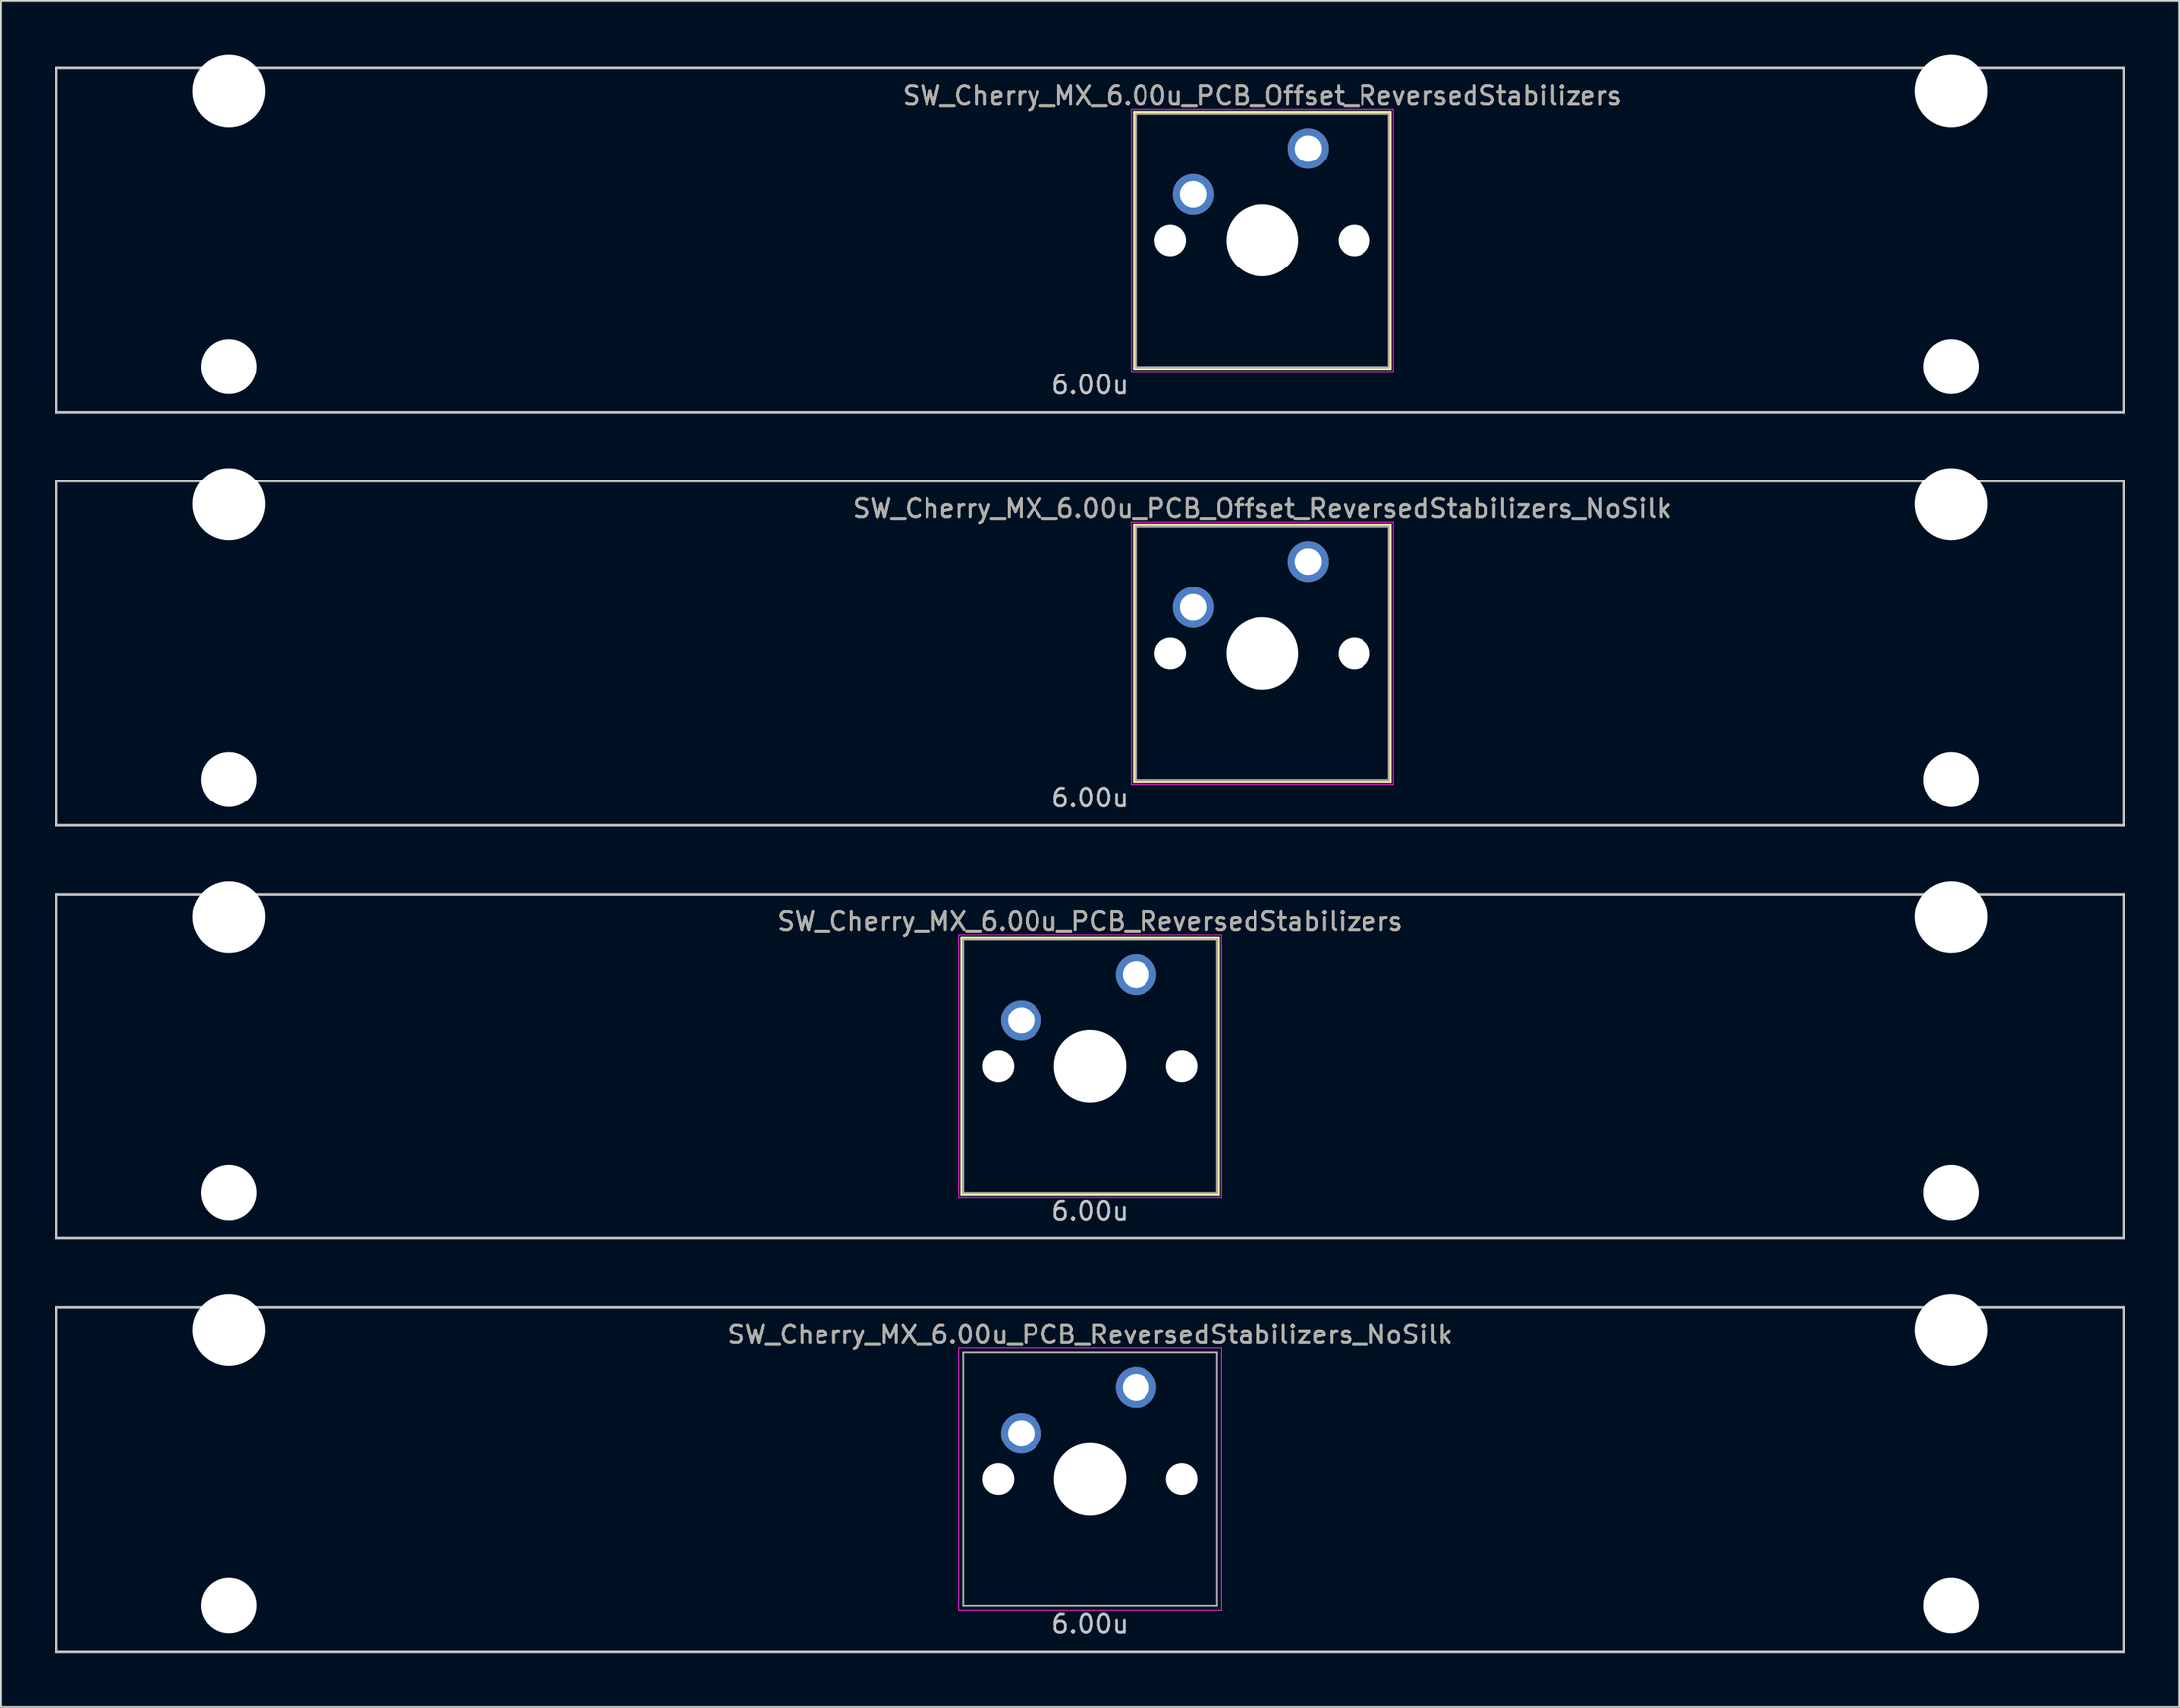
<source format=kicad_pcb>
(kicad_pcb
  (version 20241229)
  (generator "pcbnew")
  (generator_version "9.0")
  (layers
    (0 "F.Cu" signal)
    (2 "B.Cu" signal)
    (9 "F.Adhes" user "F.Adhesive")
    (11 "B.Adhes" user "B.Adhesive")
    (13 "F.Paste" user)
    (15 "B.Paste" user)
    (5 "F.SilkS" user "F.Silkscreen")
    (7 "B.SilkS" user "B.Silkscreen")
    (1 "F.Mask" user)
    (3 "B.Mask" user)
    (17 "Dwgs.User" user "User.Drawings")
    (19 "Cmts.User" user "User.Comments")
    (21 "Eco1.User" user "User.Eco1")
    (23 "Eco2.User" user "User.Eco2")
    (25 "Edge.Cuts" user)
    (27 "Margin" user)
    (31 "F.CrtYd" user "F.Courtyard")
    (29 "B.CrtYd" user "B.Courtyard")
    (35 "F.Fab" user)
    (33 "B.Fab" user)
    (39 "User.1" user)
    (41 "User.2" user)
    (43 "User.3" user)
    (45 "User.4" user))
  (footprint "SW_Cherry_MX_6.00u_PCB_ReversedStabilizers_NoSilk"
    (layer "F.Cu")
    (at 57.225 78.796)
    (property "Reference" "SW_Cherry_MX_6.00u_PCB_ReversedStabilizers_NoSilk" (at 0 -8 0) (layer "F.SilkS") (effects (font (size 1 1) (thickness 0.15))))
    (attr through_hole)
    (fp_line (start -57.15 -9.525) (end 57.15 -9.525) (stroke (width 0.15) (type solid)) (layer "Dwgs.User"))
    (fp_line (start -57.15 9.525) (end -57.15 -9.525) (stroke (width 0.15) (type solid)) (layer "Dwgs.User"))
    (fp_line (start -57.15 9.525) (end 57.15 9.525) (stroke (width 0.15) (type solid)) (layer "Dwgs.User"))
    (fp_line (start 57.15 -9.525) (end 57.15 9.525) (stroke (width 0.15) (type solid)) (layer "Dwgs.User"))
    (fp_line (start -7.25 -7.25) (end 7.25 -7.25) (stroke (width 0.05) (type solid)) (layer "F.CrtYd"))
    (fp_line (start -7.25 7.25) (end -7.25 -7.25) (stroke (width 0.05) (type solid)) (layer "F.CrtYd"))
    (fp_line (start 7.25 -7.25) (end 7.25 7.25) (stroke (width 0.05) (type solid)) (layer "F.CrtYd"))
    (fp_line (start 7.25 7.25) (end -7.25 7.25) (stroke (width 0.05) (type solid)) (layer "F.CrtYd"))
    (fp_line (start -7 -7) (end 7 -7) (stroke (width 0.1) (type solid)) (layer "F.Fab"))
    (fp_line (start -7 7) (end -7 -7) (stroke (width 0.1) (type solid)) (layer "F.Fab"))
    (fp_line (start 7 -7) (end 7 7) (stroke (width 0.1) (type solid)) (layer "F.Fab"))
    (fp_line (start 7 7) (end -7 7) (stroke (width 0.1) (type solid)) (layer "F.Fab"))
    (fp_text user "6.00u" (at 0 8 0) (layer "Dwgs.User") (effects (font (size 1 1) (thickness 0.15))))
    (fp_text user "${REFERENCE}" (at 0 -8 0) (layer "F.Fab") (effects (font (size 1 1) (thickness 0.15))))
    (pad "" np_thru_hole circle (at -47.625 -8.255) (size 3.988 3.988) (drill 3.988) (layers "*.Cu" "*.Mask"))
    (pad "" np_thru_hole circle (at -47.625 6.985) (size 3.048 3.048) (drill 3.048) (layers "*.Cu" "*.Mask"))
    (pad "" np_thru_hole circle (at -5.08 0 48.1) (size 1.75 1.75) (drill 1.75) (layers "*.Cu" "*.Mask"))
    (pad "" np_thru_hole circle (at 0 0) (size 3.988 3.988) (drill 3.988) (layers "*.Cu" "*.Mask"))
    (pad "" np_thru_hole circle (at 5.08 0 48.1) (size 1.75 1.75) (drill 1.75) (layers "*.Cu" "*.Mask"))
    (pad "" np_thru_hole circle (at 47.625 -8.255) (size 3.988 3.988) (drill 3.988) (layers "*.Cu" "*.Mask"))
    (pad "" np_thru_hole circle (at 47.625 6.985) (size 3.048 3.048) (drill 3.048) (layers "*.Cu" "*.Mask"))
    (pad "1" thru_hole circle (at -3.81 -2.54) (size 2.25 2.25) (drill 1.47) (layers "*.Cu" "B.Mask"))
    (pad "2" thru_hole circle (at 2.54 -5.08) (size 2.25 2.25) (drill 1.47) (layers "*.Cu" "B.Mask")))
  (footprint "SW_Cherry_MX_6.00u_PCB_Offset_ReversedStabilizers_NoSilk"
    (layer "F.Cu")
    (at 57.225 33.098)
    (property "Reference" "SW_Cherry_MX_6.00u_PCB_Offset_ReversedStabilizers_NoSilk" (at 9.525 -8 0) (layer "F.SilkS") (effects (font (size 1 1) (thickness 0.15))))
    (attr through_hole)
    (fp_line (start 2.425 -7.1) (end 16.625 -7.1) (stroke (width 0.12) (type solid)) (layer "F.SilkS"))
    (fp_line (start 2.425 7.1) (end 2.425 -7.1) (stroke (width 0.12) (type solid)) (layer "F.SilkS"))
    (fp_line (start 16.625 -7.1) (end 16.625 7.1) (stroke (width 0.12) (type solid)) (layer "F.SilkS"))
    (fp_line (start 16.625 7.1) (end 2.425 7.1) (stroke (width 0.12) (type solid)) (layer "F.SilkS"))
    (fp_line (start -57.15 -9.525) (end 57.15 -9.525) (stroke (width 0.15) (type solid)) (layer "Dwgs.User"))
    (fp_line (start -57.15 9.525) (end -57.15 -9.525) (stroke (width 0.15) (type solid)) (layer "Dwgs.User"))
    (fp_line (start -57.15 9.525) (end 57.15 9.525) (stroke (width 0.15) (type solid)) (layer "Dwgs.User"))
    (fp_line (start 57.15 -9.525) (end 57.15 9.525) (stroke (width 0.15) (type solid)) (layer "Dwgs.User"))
    (fp_line (start 2.275 -7.25) (end 16.775 -7.25) (stroke (width 0.05) (type solid)) (layer "F.CrtYd"))
    (fp_line (start 2.275 7.25) (end 2.275 -7.25) (stroke (width 0.05) (type solid)) (layer "F.CrtYd"))
    (fp_line (start 16.775 -7.25) (end 16.775 7.25) (stroke (width 0.05) (type solid)) (layer "F.CrtYd"))
    (fp_line (start 16.775 7.25) (end 2.275 7.25) (stroke (width 0.05) (type solid)) (layer "F.CrtYd"))
    (fp_line (start 2.525 -7) (end 16.525 -7) (stroke (width 0.1) (type solid)) (layer "F.Fab"))
    (fp_line (start 2.525 7) (end 2.525 -7) (stroke (width 0.1) (type solid)) (layer "F.Fab"))
    (fp_line (start 16.525 -7) (end 16.525 7) (stroke (width 0.1) (type solid)) (layer "F.Fab"))
    (fp_line (start 16.525 7) (end 2.525 7) (stroke (width 0.1) (type solid)) (layer "F.Fab"))
    (fp_text user "6.00u" (at 0 8 0) (layer "Dwgs.User") (effects (font (size 1 1) (thickness 0.15))))
    (fp_text user "${REFERENCE}" (at 9.525 -8 0) (layer "F.Fab") (effects (font (size 1 1) (thickness 0.15))))
    (pad "" np_thru_hole circle (at -47.625 -8.255) (size 3.988 3.988) (drill 3.988) (layers "*.Cu" "*.Mask"))
    (pad "" np_thru_hole circle (at -47.625 6.985) (size 3.048 3.048) (drill 3.048) (layers "*.Cu" "*.Mask"))
    (pad "" np_thru_hole circle (at 4.445 0 48.1) (size 1.75 1.75) (drill 1.75) (layers "*.Cu" "*.Mask"))
    (pad "" np_thru_hole circle (at 9.525 0) (size 3.988 3.988) (drill 3.988) (layers "*.Cu" "*.Mask"))
    (pad "" np_thru_hole circle (at 14.605 0 48.1) (size 1.75 1.75) (drill 1.75) (layers "*.Cu" "*.Mask"))
    (pad "" np_thru_hole circle (at 47.625 -8.255) (size 3.988 3.988) (drill 3.988) (layers "*.Cu" "*.Mask"))
    (pad "" np_thru_hole circle (at 47.625 6.985) (size 3.048 3.048) (drill 3.048) (layers "*.Cu" "*.Mask"))
    (pad "1" thru_hole circle (at 5.715 -2.54) (size 2.25 2.25) (drill 1.47) (layers "*.Cu" "B.Mask"))
    (pad "2" thru_hole circle (at 12.065 -5.08) (size 2.25 2.25) (drill 1.47) (layers "*.Cu" "B.Mask")))
  (footprint "SW_Cherry_MX_6.00u_PCB_Offset_ReversedStabilizers"
    (layer "F.Cu")
    (at 57.225 10.249)
    (property "Reference" "SW_Cherry_MX_6.00u_PCB_Offset_ReversedStabilizers" (at 9.525 -8 0) (layer "F.SilkS") (effects (font (size 1 1) (thickness 0.15))))
    (attr through_hole)
    (fp_line (start 2.425 -7.1) (end 16.625 -7.1) (stroke (width 0.12) (type solid)) (layer "F.SilkS"))
    (fp_line (start 2.425 7.1) (end 2.425 -7.1) (stroke (width 0.12) (type solid)) (layer "F.SilkS"))
    (fp_line (start 16.625 -7.1) (end 16.625 7.1) (stroke (width 0.12) (type solid)) (layer "F.SilkS"))
    (fp_line (start 16.625 7.1) (end 2.425 7.1) (stroke (width 0.12) (type solid)) (layer "F.SilkS"))
    (fp_line (start -57.15 -9.525) (end 57.15 -9.525) (stroke (width 0.15) (type solid)) (layer "Dwgs.User"))
    (fp_line (start -57.15 9.525) (end -57.15 -9.525) (stroke (width 0.15) (type solid)) (layer "Dwgs.User"))
    (fp_line (start -57.15 9.525) (end 57.15 9.525) (stroke (width 0.15) (type solid)) (layer "Dwgs.User"))
    (fp_line (start 57.15 -9.525) (end 57.15 9.525) (stroke (width 0.15) (type solid)) (layer "Dwgs.User"))
    (fp_line (start 2.275 -7.25) (end 16.775 -7.25) (stroke (width 0.05) (type solid)) (layer "F.CrtYd"))
    (fp_line (start 2.275 7.25) (end 2.275 -7.25) (stroke (width 0.05) (type solid)) (layer "F.CrtYd"))
    (fp_line (start 16.775 -7.25) (end 16.775 7.25) (stroke (width 0.05) (type solid)) (layer "F.CrtYd"))
    (fp_line (start 16.775 7.25) (end 2.275 7.25) (stroke (width 0.05) (type solid)) (layer "F.CrtYd"))
    (fp_line (start 2.525 -7) (end 16.525 -7) (stroke (width 0.1) (type solid)) (layer "F.Fab"))
    (fp_line (start 2.525 7) (end 2.525 -7) (stroke (width 0.1) (type solid)) (layer "F.Fab"))
    (fp_line (start 16.525 -7) (end 16.525 7) (stroke (width 0.1) (type solid)) (layer "F.Fab"))
    (fp_line (start 16.525 7) (end 2.525 7) (stroke (width 0.1) (type solid)) (layer "F.Fab"))
    (fp_text user "6.00u" (at 0 8 0) (layer "Dwgs.User") (effects (font (size 1 1) (thickness 0.15))))
    (fp_text user "${REFERENCE}" (at 9.525 -8 0) (layer "F.Fab") (effects (font (size 1 1) (thickness 0.15))))
    (pad "" np_thru_hole circle (at -47.625 -8.255) (size 3.988 3.988) (drill 3.988) (layers "*.Cu" "*.Mask"))
    (pad "" np_thru_hole circle (at -47.625 6.985) (size 3.048 3.048) (drill 3.048) (layers "*.Cu" "*.Mask"))
    (pad "" np_thru_hole circle (at 4.445 0 48.1) (size 1.75 1.75) (drill 1.75) (layers "*.Cu" "*.Mask"))
    (pad "" np_thru_hole circle (at 9.525 0) (size 3.988 3.988) (drill 3.988) (layers "*.Cu" "*.Mask"))
    (pad "" np_thru_hole circle (at 14.605 0 48.1) (size 1.75 1.75) (drill 1.75) (layers "*.Cu" "*.Mask"))
    (pad "" np_thru_hole circle (at 47.625 -8.255) (size 3.988 3.988) (drill 3.988) (layers "*.Cu" "*.Mask"))
    (pad "" np_thru_hole circle (at 47.625 6.985) (size 3.048 3.048) (drill 3.048) (layers "*.Cu" "*.Mask"))
    (pad "1" thru_hole circle (at 5.715 -2.54) (size 2.25 2.25) (drill 1.47) (layers "*.Cu" "B.Mask"))
    (pad "2" thru_hole circle (at 12.065 -5.08) (size 2.25 2.25) (drill 1.47) (layers "*.Cu" "B.Mask")))
  (footprint "SW_Cherry_MX_6.00u_PCB_ReversedStabilizers"
    (layer "F.Cu")
    (at 57.225 55.947)
    (property "Reference" "SW_Cherry_MX_6.00u_PCB_ReversedStabilizers" (at 0 -8 0) (layer "F.SilkS") (effects (font (size 1 1) (thickness 0.15))))
    (attr through_hole)
    (fp_line (start -7.1 -7.1) (end 7.1 -7.1) (stroke (width 0.12) (type solid)) (layer "F.SilkS"))
    (fp_line (start -7.1 7.1) (end -7.1 -7.1) (stroke (width 0.12) (type solid)) (layer "F.SilkS"))
    (fp_line (start 7.1 -7.1) (end 7.1 7.1) (stroke (width 0.12) (type solid)) (layer "F.SilkS"))
    (fp_line (start 7.1 7.1) (end -7.1 7.1) (stroke (width 0.12) (type solid)) (layer "F.SilkS"))
    (fp_line (start -57.15 -9.525) (end 57.15 -9.525) (stroke (width 0.15) (type solid)) (layer "Dwgs.User"))
    (fp_line (start -57.15 9.525) (end -57.15 -9.525) (stroke (width 0.15) (type solid)) (layer "Dwgs.User"))
    (fp_line (start -57.15 9.525) (end 57.15 9.525) (stroke (width 0.15) (type solid)) (layer "Dwgs.User"))
    (fp_line (start 57.15 -9.525) (end 57.15 9.525) (stroke (width 0.15) (type solid)) (layer "Dwgs.User"))
    (fp_line (start -7.25 -7.25) (end 7.25 -7.25) (stroke (width 0.05) (type solid)) (layer "F.CrtYd"))
    (fp_line (start -7.25 7.25) (end -7.25 -7.25) (stroke (width 0.05) (type solid)) (layer "F.CrtYd"))
    (fp_line (start 7.25 -7.25) (end 7.25 7.25) (stroke (width 0.05) (type solid)) (layer "F.CrtYd"))
    (fp_line (start 7.25 7.25) (end -7.25 7.25) (stroke (width 0.05) (type solid)) (layer "F.CrtYd"))
    (fp_line (start -7 -7) (end 7 -7) (stroke (width 0.1) (type solid)) (layer "F.Fab"))
    (fp_line (start -7 7) (end -7 -7) (stroke (width 0.1) (type solid)) (layer "F.Fab"))
    (fp_line (start 7 -7) (end 7 7) (stroke (width 0.1) (type solid)) (layer "F.Fab"))
    (fp_line (start 7 7) (end -7 7) (stroke (width 0.1) (type solid)) (layer "F.Fab"))
    (fp_text user "6.00u" (at 0 8 0) (layer "Dwgs.User") (effects (font (size 1 1) (thickness 0.15))))
    (fp_text user "${REFERENCE}" (at 0 -8 0) (layer "F.Fab") (effects (font (size 1 1) (thickness 0.15))))
    (pad "" np_thru_hole circle (at -47.625 -8.255) (size 3.988 3.988) (drill 3.988) (layers "*.Cu" "*.Mask"))
    (pad "" np_thru_hole circle (at -47.625 6.985) (size 3.048 3.048) (drill 3.048) (layers "*.Cu" "*.Mask"))
    (pad "" np_thru_hole circle (at -5.08 0 48.1) (size 1.75 1.75) (drill 1.75) (layers "*.Cu" "*.Mask"))
    (pad "" np_thru_hole circle (at 0 0) (size 3.988 3.988) (drill 3.988) (layers "*.Cu" "*.Mask"))
    (pad "" np_thru_hole circle (at 5.08 0 48.1) (size 1.75 1.75) (drill 1.75) (layers "*.Cu" "*.Mask"))
    (pad "" np_thru_hole circle (at 47.625 -8.255) (size 3.988 3.988) (drill 3.988) (layers "*.Cu" "*.Mask"))
    (pad "" np_thru_hole circle (at 47.625 6.985) (size 3.048 3.048) (drill 3.048) (layers "*.Cu" "*.Mask"))
    (pad "1" thru_hole circle (at -3.81 -2.54) (size 2.25 2.25) (drill 1.47) (layers "*.Cu" "B.Mask"))
    (pad "2" thru_hole circle (at 2.54 -5.08) (size 2.25 2.25) (drill 1.47) (layers "*.Cu" "B.Mask")))
  (gr_rect
    (start -3 -3)
    (end 117.45 91.396)
    (stroke (width 0.1) (type default))
    (fill no)
    (layer "Edge.Cuts")))
</source>
